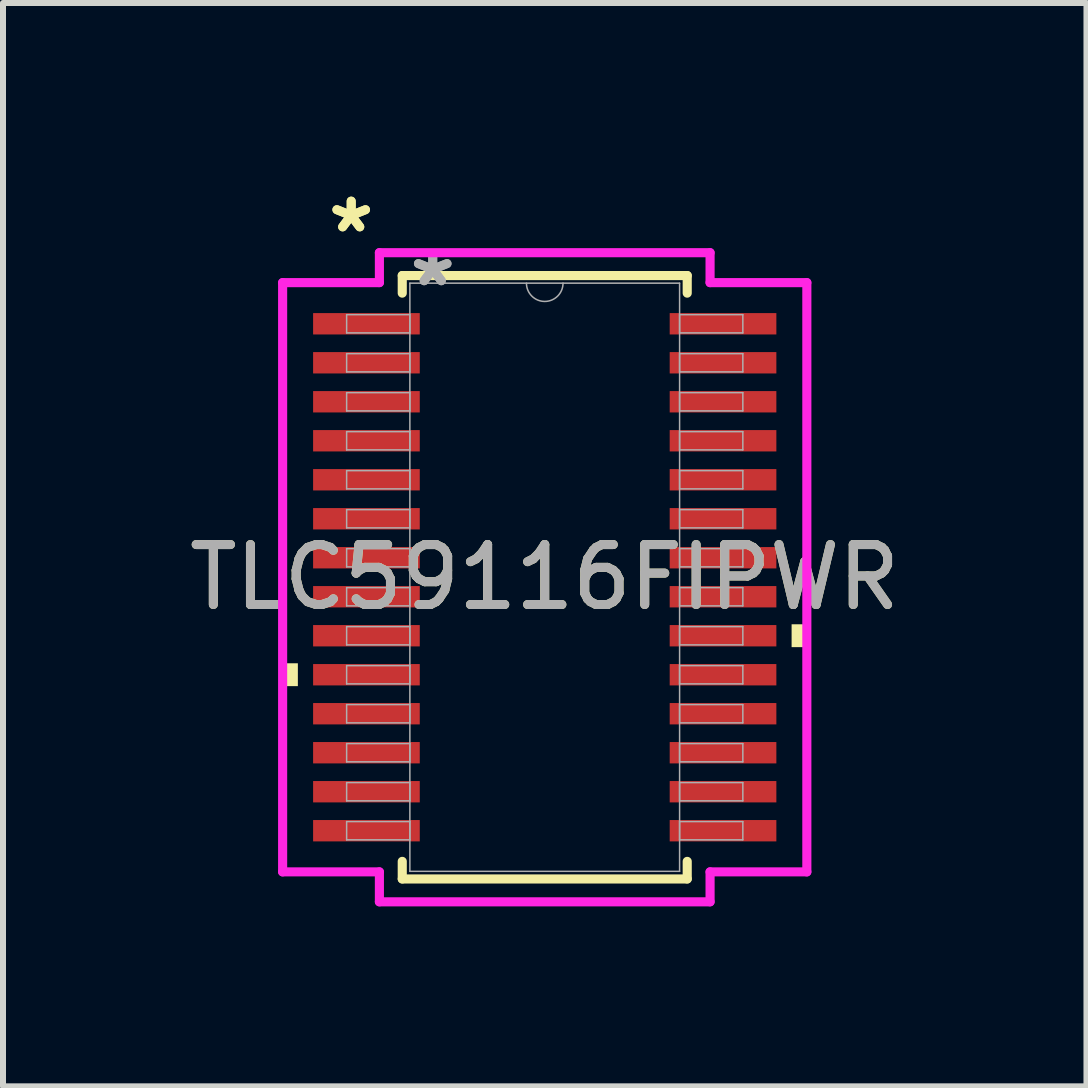
<source format=kicad_pcb>
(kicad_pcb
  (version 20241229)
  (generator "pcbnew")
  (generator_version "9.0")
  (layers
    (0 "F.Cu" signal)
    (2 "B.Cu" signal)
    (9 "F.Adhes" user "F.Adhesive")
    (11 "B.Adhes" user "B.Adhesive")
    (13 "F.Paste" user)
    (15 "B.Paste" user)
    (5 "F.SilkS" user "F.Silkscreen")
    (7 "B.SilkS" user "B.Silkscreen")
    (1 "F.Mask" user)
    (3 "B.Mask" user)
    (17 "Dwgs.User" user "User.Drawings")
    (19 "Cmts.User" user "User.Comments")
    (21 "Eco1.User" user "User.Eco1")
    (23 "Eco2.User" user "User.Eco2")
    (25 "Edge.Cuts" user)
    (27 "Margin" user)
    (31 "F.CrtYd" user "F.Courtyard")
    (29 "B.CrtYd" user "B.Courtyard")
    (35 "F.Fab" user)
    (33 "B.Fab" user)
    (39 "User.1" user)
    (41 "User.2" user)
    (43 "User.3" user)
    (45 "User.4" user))
  (footprint "TLC59116FIPWR"
    (layer "F.Cu")
    (at 6.03 6.572)
    (property "Reference" "TLC59116FIPWR" (at 0 0 0) (unlocked yes) (layer "F.SilkS") (effects (font (size 1 1) (thickness 0.15))))
    (attr smd)
    (fp_line (start -2.375 -5.029) (end -2.375 -4.736) (stroke (width 0.152) (type solid)) (layer "F.SilkS"))
    (fp_line (start -2.375 4.736) (end -2.375 5.029) (stroke (width 0.152) (type solid)) (layer "F.SilkS"))
    (fp_line (start -2.375 5.029) (end 2.375 5.029) (stroke (width 0.152) (type solid)) (layer "F.SilkS"))
    (fp_line (start 2.375 -5.029) (end -2.375 -5.029) (stroke (width 0.152) (type solid)) (layer "F.SilkS"))
    (fp_line (start 2.375 -4.736) (end 2.375 -5.029) (stroke (width 0.152) (type solid)) (layer "F.SilkS"))
    (fp_line (start 2.375 5.029) (end 2.375 4.736) (stroke (width 0.152) (type solid)) (layer "F.SilkS"))
    (fp_poly (pts (xy -4.369 1.434) (xy -4.369 1.815) (xy -4.115 1.815) (xy -4.115 1.434)) (stroke (width 0) (type solid)) (fill yes) (layer "F.SilkS"))
    (fp_poly (pts (xy 4.369 0.784) (xy 4.369 1.165) (xy 4.115 1.165) (xy 4.115 0.784)) (stroke (width 0) (type solid)) (fill yes) (layer "F.SilkS"))
    (fp_line (start -4.369 -4.911) (end -2.756 -4.911) (stroke (width 0.152) (type solid)) (layer "F.CrtYd"))
    (fp_line (start -4.369 4.911) (end -4.369 -4.911) (stroke (width 0.152) (type solid)) (layer "F.CrtYd"))
    (fp_line (start -4.369 4.911) (end -2.756 4.911) (stroke (width 0.152) (type solid)) (layer "F.CrtYd"))
    (fp_line (start -2.756 -5.41) (end 2.756 -5.41) (stroke (width 0.152) (type solid)) (layer "F.CrtYd"))
    (fp_line (start -2.756 -4.911) (end -2.756 -5.41) (stroke (width 0.152) (type solid)) (layer "F.CrtYd"))
    (fp_line (start -2.756 5.41) (end -2.756 4.911) (stroke (width 0.152) (type solid)) (layer "F.CrtYd"))
    (fp_line (start 2.756 -5.41) (end 2.756 -4.911) (stroke (width 0.152) (type solid)) (layer "F.CrtYd"))
    (fp_line (start 2.756 4.911) (end 2.756 5.41) (stroke (width 0.152) (type solid)) (layer "F.CrtYd"))
    (fp_line (start 2.756 5.41) (end -2.756 5.41) (stroke (width 0.152) (type solid)) (layer "F.CrtYd"))
    (fp_line (start 4.369 -4.911) (end 2.756 -4.911) (stroke (width 0.152) (type solid)) (layer "F.CrtYd"))
    (fp_line (start 4.369 -4.911) (end 4.369 4.911) (stroke (width 0.152) (type solid)) (layer "F.CrtYd"))
    (fp_line (start 4.369 4.911) (end 2.756 4.911) (stroke (width 0.152) (type solid)) (layer "F.CrtYd"))
    (fp_line (start -3.302 -4.377) (end -3.302 -4.073) (stroke (width 0.025) (type solid)) (layer "F.Fab"))
    (fp_line (start -3.302 -4.073) (end -2.248 -4.073) (stroke (width 0.025) (type solid)) (layer "F.Fab"))
    (fp_line (start -3.302 -3.727) (end -3.302 -3.423) (stroke (width 0.025) (type solid)) (layer "F.Fab"))
    (fp_line (start -3.302 -3.423) (end -2.248 -3.423) (stroke (width 0.025) (type solid)) (layer "F.Fab"))
    (fp_line (start -3.302 -3.077) (end -3.302 -2.773) (stroke (width 0.025) (type solid)) (layer "F.Fab"))
    (fp_line (start -3.302 -2.773) (end -2.248 -2.773) (stroke (width 0.025) (type solid)) (layer "F.Fab"))
    (fp_line (start -3.302 -2.427) (end -3.302 -2.123) (stroke (width 0.025) (type solid)) (layer "F.Fab"))
    (fp_line (start -3.302 -2.123) (end -2.248 -2.123) (stroke (width 0.025) (type solid)) (layer "F.Fab"))
    (fp_line (start -3.302 -1.777) (end -3.302 -1.473) (stroke (width 0.025) (type solid)) (layer "F.Fab"))
    (fp_line (start -3.302 -1.473) (end -2.248 -1.473) (stroke (width 0.025) (type solid)) (layer "F.Fab"))
    (fp_line (start -3.302 -1.127) (end -3.302 -0.823) (stroke (width 0.025) (type solid)) (layer "F.Fab"))
    (fp_line (start -3.302 -0.823) (end -2.248 -0.823) (stroke (width 0.025) (type solid)) (layer "F.Fab"))
    (fp_line (start -3.302 -0.477) (end -3.302 -0.173) (stroke (width 0.025) (type solid)) (layer "F.Fab"))
    (fp_line (start -3.302 -0.173) (end -2.248 -0.173) (stroke (width 0.025) (type solid)) (layer "F.Fab"))
    (fp_line (start -3.302 0.173) (end -3.302 0.477) (stroke (width 0.025) (type solid)) (layer "F.Fab"))
    (fp_line (start -3.302 0.477) (end -2.248 0.477) (stroke (width 0.025) (type solid)) (layer "F.Fab"))
    (fp_line (start -3.302 0.823) (end -3.302 1.127) (stroke (width 0.025) (type solid)) (layer "F.Fab"))
    (fp_line (start -3.302 1.127) (end -2.248 1.127) (stroke (width 0.025) (type solid)) (layer "F.Fab"))
    (fp_line (start -3.302 1.473) (end -3.302 1.777) (stroke (width 0.025) (type solid)) (layer "F.Fab"))
    (fp_line (start -3.302 1.777) (end -2.248 1.777) (stroke (width 0.025) (type solid)) (layer "F.Fab"))
    (fp_line (start -3.302 2.123) (end -3.302 2.427) (stroke (width 0.025) (type solid)) (layer "F.Fab"))
    (fp_line (start -3.302 2.427) (end -2.248 2.427) (stroke (width 0.025) (type solid)) (layer "F.Fab"))
    (fp_line (start -3.302 2.773) (end -3.302 3.077) (stroke (width 0.025) (type solid)) (layer "F.Fab"))
    (fp_line (start -3.302 3.077) (end -2.248 3.077) (stroke (width 0.025) (type solid)) (layer "F.Fab"))
    (fp_line (start -3.302 3.423) (end -3.302 3.727) (stroke (width 0.025) (type solid)) (layer "F.Fab"))
    (fp_line (start -3.302 3.727) (end -2.248 3.727) (stroke (width 0.025) (type solid)) (layer "F.Fab"))
    (fp_line (start -3.302 4.073) (end -3.302 4.377) (stroke (width 0.025) (type solid)) (layer "F.Fab"))
    (fp_line (start -3.302 4.377) (end -2.248 4.377) (stroke (width 0.025) (type solid)) (layer "F.Fab"))
    (fp_line (start -2.248 -4.902) (end -2.248 4.902) (stroke (width 0.025) (type solid)) (layer "F.Fab"))
    (fp_line (start -2.248 -4.377) (end -3.302 -4.377) (stroke (width 0.025) (type solid)) (layer "F.Fab"))
    (fp_line (start -2.248 -4.073) (end -2.248 -4.377) (stroke (width 0.025) (type solid)) (layer "F.Fab"))
    (fp_line (start -2.248 -3.727) (end -3.302 -3.727) (stroke (width 0.025) (type solid)) (layer "F.Fab"))
    (fp_line (start -2.248 -3.423) (end -2.248 -3.727) (stroke (width 0.025) (type solid)) (layer "F.Fab"))
    (fp_line (start -2.248 -3.077) (end -3.302 -3.077) (stroke (width 0.025) (type solid)) (layer "F.Fab"))
    (fp_line (start -2.248 -2.773) (end -2.248 -3.077) (stroke (width 0.025) (type solid)) (layer "F.Fab"))
    (fp_line (start -2.248 -2.427) (end -3.302 -2.427) (stroke (width 0.025) (type solid)) (layer "F.Fab"))
    (fp_line (start -2.248 -2.123) (end -2.248 -2.427) (stroke (width 0.025) (type solid)) (layer "F.Fab"))
    (fp_line (start -2.248 -1.777) (end -3.302 -1.777) (stroke (width 0.025) (type solid)) (layer "F.Fab"))
    (fp_line (start -2.248 -1.473) (end -2.248 -1.777) (stroke (width 0.025) (type solid)) (layer "F.Fab"))
    (fp_line (start -2.248 -1.127) (end -3.302 -1.127) (stroke (width 0.025) (type solid)) (layer "F.Fab"))
    (fp_line (start -2.248 -0.823) (end -2.248 -1.127) (stroke (width 0.025) (type solid)) (layer "F.Fab"))
    (fp_line (start -2.248 -0.477) (end -3.302 -0.477) (stroke (width 0.025) (type solid)) (layer "F.Fab"))
    (fp_line (start -2.248 -0.173) (end -2.248 -0.477) (stroke (width 0.025) (type solid)) (layer "F.Fab"))
    (fp_line (start -2.248 0.173) (end -3.302 0.173) (stroke (width 0.025) (type solid)) (layer "F.Fab"))
    (fp_line (start -2.248 0.477) (end -2.248 0.173) (stroke (width 0.025) (type solid)) (layer "F.Fab"))
    (fp_line (start -2.248 0.823) (end -3.302 0.823) (stroke (width 0.025) (type solid)) (layer "F.Fab"))
    (fp_line (start -2.248 1.127) (end -2.248 0.823) (stroke (width 0.025) (type solid)) (layer "F.Fab"))
    (fp_line (start -2.248 1.473) (end -3.302 1.473) (stroke (width 0.025) (type solid)) (layer "F.Fab"))
    (fp_line (start -2.248 1.777) (end -2.248 1.473) (stroke (width 0.025) (type solid)) (layer "F.Fab"))
    (fp_line (start -2.248 2.123) (end -3.302 2.123) (stroke (width 0.025) (type solid)) (layer "F.Fab"))
    (fp_line (start -2.248 2.427) (end -2.248 2.123) (stroke (width 0.025) (type solid)) (layer "F.Fab"))
    (fp_line (start -2.248 2.773) (end -3.302 2.773) (stroke (width 0.025) (type solid)) (layer "F.Fab"))
    (fp_line (start -2.248 3.077) (end -2.248 2.773) (stroke (width 0.025) (type solid)) (layer "F.Fab"))
    (fp_line (start -2.248 3.423) (end -3.302 3.423) (stroke (width 0.025) (type solid)) (layer "F.Fab"))
    (fp_line (start -2.248 3.727) (end -2.248 3.423) (stroke (width 0.025) (type solid)) (layer "F.Fab"))
    (fp_line (start -2.248 4.073) (end -3.302 4.073) (stroke (width 0.025) (type solid)) (layer "F.Fab"))
    (fp_line (start -2.248 4.377) (end -2.248 4.073) (stroke (width 0.025) (type solid)) (layer "F.Fab"))
    (fp_line (start -2.248 4.902) (end 2.248 4.902) (stroke (width 0.025) (type solid)) (layer "F.Fab"))
    (fp_line (start 2.248 -4.902) (end -2.248 -4.902) (stroke (width 0.025) (type solid)) (layer "F.Fab"))
    (fp_line (start 2.248 -4.377) (end 2.248 -4.073) (stroke (width 0.025) (type solid)) (layer "F.Fab"))
    (fp_line (start 2.248 -4.073) (end 3.302 -4.073) (stroke (width 0.025) (type solid)) (layer "F.Fab"))
    (fp_line (start 2.248 -3.727) (end 2.248 -3.423) (stroke (width 0.025) (type solid)) (layer "F.Fab"))
    (fp_line (start 2.248 -3.423) (end 3.302 -3.423) (stroke (width 0.025) (type solid)) (layer "F.Fab"))
    (fp_line (start 2.248 -3.077) (end 2.248 -2.773) (stroke (width 0.025) (type solid)) (layer "F.Fab"))
    (fp_line (start 2.248 -2.773) (end 3.302 -2.773) (stroke (width 0.025) (type solid)) (layer "F.Fab"))
    (fp_line (start 2.248 -2.427) (end 2.248 -2.123) (stroke (width 0.025) (type solid)) (layer "F.Fab"))
    (fp_line (start 2.248 -2.123) (end 3.302 -2.123) (stroke (width 0.025) (type solid)) (layer "F.Fab"))
    (fp_line (start 2.248 -1.777) (end 2.248 -1.473) (stroke (width 0.025) (type solid)) (layer "F.Fab"))
    (fp_line (start 2.248 -1.473) (end 3.302 -1.473) (stroke (width 0.025) (type solid)) (layer "F.Fab"))
    (fp_line (start 2.248 -1.127) (end 2.248 -0.823) (stroke (width 0.025) (type solid)) (layer "F.Fab"))
    (fp_line (start 2.248 -0.823) (end 3.302 -0.823) (stroke (width 0.025) (type solid)) (layer "F.Fab"))
    (fp_line (start 2.248 -0.477) (end 2.248 -0.173) (stroke (width 0.025) (type solid)) (layer "F.Fab"))
    (fp_line (start 2.248 -0.173) (end 3.302 -0.173) (stroke (width 0.025) (type solid)) (layer "F.Fab"))
    (fp_line (start 2.248 0.173) (end 2.248 0.477) (stroke (width 0.025) (type solid)) (layer "F.Fab"))
    (fp_line (start 2.248 0.477) (end 3.302 0.477) (stroke (width 0.025) (type solid)) (layer "F.Fab"))
    (fp_line (start 2.248 0.823) (end 2.248 1.127) (stroke (width 0.025) (type solid)) (layer "F.Fab"))
    (fp_line (start 2.248 1.127) (end 3.302 1.127) (stroke (width 0.025) (type solid)) (layer "F.Fab"))
    (fp_line (start 2.248 1.473) (end 2.248 1.777) (stroke (width 0.025) (type solid)) (layer "F.Fab"))
    (fp_line (start 2.248 1.777) (end 3.302 1.777) (stroke (width 0.025) (type solid)) (layer "F.Fab"))
    (fp_line (start 2.248 2.123) (end 2.248 2.427) (stroke (width 0.025) (type solid)) (layer "F.Fab"))
    (fp_line (start 2.248 2.427) (end 3.302 2.427) (stroke (width 0.025) (type solid)) (layer "F.Fab"))
    (fp_line (start 2.248 2.773) (end 2.248 3.077) (stroke (width 0.025) (type solid)) (layer "F.Fab"))
    (fp_line (start 2.248 3.077) (end 3.302 3.077) (stroke (width 0.025) (type solid)) (layer "F.Fab"))
    (fp_line (start 2.248 3.423) (end 2.248 3.727) (stroke (width 0.025) (type solid)) (layer "F.Fab"))
    (fp_line (start 2.248 3.727) (end 3.302 3.727) (stroke (width 0.025) (type solid)) (layer "F.Fab"))
    (fp_line (start 2.248 4.073) (end 2.248 4.377) (stroke (width 0.025) (type solid)) (layer "F.Fab"))
    (fp_line (start 2.248 4.377) (end 3.302 4.377) (stroke (width 0.025) (type solid)) (layer "F.Fab"))
    (fp_line (start 2.248 4.902) (end 2.248 -4.902) (stroke (width 0.025) (type solid)) (layer "F.Fab"))
    (fp_line (start 3.302 -4.377) (end 2.248 -4.377) (stroke (width 0.025) (type solid)) (layer "F.Fab"))
    (fp_line (start 3.302 -4.073) (end 3.302 -4.377) (stroke (width 0.025) (type solid)) (layer "F.Fab"))
    (fp_line (start 3.302 -3.727) (end 2.248 -3.727) (stroke (width 0.025) (type solid)) (layer "F.Fab"))
    (fp_line (start 3.302 -3.423) (end 3.302 -3.727) (stroke (width 0.025) (type solid)) (layer "F.Fab"))
    (fp_line (start 3.302 -3.077) (end 2.248 -3.077) (stroke (width 0.025) (type solid)) (layer "F.Fab"))
    (fp_line (start 3.302 -2.773) (end 3.302 -3.077) (stroke (width 0.025) (type solid)) (layer "F.Fab"))
    (fp_line (start 3.302 -2.427) (end 2.248 -2.427) (stroke (width 0.025) (type solid)) (layer "F.Fab"))
    (fp_line (start 3.302 -2.123) (end 3.302 -2.427) (stroke (width 0.025) (type solid)) (layer "F.Fab"))
    (fp_line (start 3.302 -1.777) (end 2.248 -1.777) (stroke (width 0.025) (type solid)) (layer "F.Fab"))
    (fp_line (start 3.302 -1.473) (end 3.302 -1.777) (stroke (width 0.025) (type solid)) (layer "F.Fab"))
    (fp_line (start 3.302 -1.127) (end 2.248 -1.127) (stroke (width 0.025) (type solid)) (layer "F.Fab"))
    (fp_line (start 3.302 -0.823) (end 3.302 -1.127) (stroke (width 0.025) (type solid)) (layer "F.Fab"))
    (fp_line (start 3.302 -0.477) (end 2.248 -0.477) (stroke (width 0.025) (type solid)) (layer "F.Fab"))
    (fp_line (start 3.302 -0.173) (end 3.302 -0.477) (stroke (width 0.025) (type solid)) (layer "F.Fab"))
    (fp_line (start 3.302 0.173) (end 2.248 0.173) (stroke (width 0.025) (type solid)) (layer "F.Fab"))
    (fp_line (start 3.302 0.477) (end 3.302 0.173) (stroke (width 0.025) (type solid)) (layer "F.Fab"))
    (fp_line (start 3.302 0.823) (end 2.248 0.823) (stroke (width 0.025) (type solid)) (layer "F.Fab"))
    (fp_line (start 3.302 1.127) (end 3.302 0.823) (stroke (width 0.025) (type solid)) (layer "F.Fab"))
    (fp_line (start 3.302 1.473) (end 2.248 1.473) (stroke (width 0.025) (type solid)) (layer "F.Fab"))
    (fp_line (start 3.302 1.777) (end 3.302 1.473) (stroke (width 0.025) (type solid)) (layer "F.Fab"))
    (fp_line (start 3.302 2.123) (end 2.248 2.123) (stroke (width 0.025) (type solid)) (layer "F.Fab"))
    (fp_line (start 3.302 2.427) (end 3.302 2.123) (stroke (width 0.025) (type solid)) (layer "F.Fab"))
    (fp_line (start 3.302 2.773) (end 2.248 2.773) (stroke (width 0.025) (type solid)) (layer "F.Fab"))
    (fp_line (start 3.302 3.077) (end 3.302 2.773) (stroke (width 0.025) (type solid)) (layer "F.Fab"))
    (fp_line (start 3.302 3.423) (end 2.248 3.423) (stroke (width 0.025) (type solid)) (layer "F.Fab"))
    (fp_line (start 3.302 3.727) (end 3.302 3.423) (stroke (width 0.025) (type solid)) (layer "F.Fab"))
    (fp_line (start 3.302 4.073) (end 2.248 4.073) (stroke (width 0.025) (type solid)) (layer "F.Fab"))
    (fp_line (start 3.302 4.377) (end 3.302 4.073) (stroke (width 0.025) (type solid)) (layer "F.Fab"))
    (fp_arc (start 0.3048 -4.9022) (mid 0 -4.5974) (end -0.3048 -4.9022) (stroke (width 0.0254) (type solid)) (layer "F.Fab"))
    (fp_text user "*" (at -3.226 -5.724 0) (unlocked yes) (layer "F.SilkS") (effects (font (size 1 1) (thickness 0.15))))
    (fp_text user "*" (at -3.226 -5.724 0) (layer "F.SilkS") (effects (font (size 1 1) (thickness 0.15))))
    (fp_text user "${REFERENCE}" (at 0 0 0) (unlocked yes) (layer "F.Fab") (effects (font (size 1 1) (thickness 0.15))))
    (fp_text user "*" (at -1.867 -4.826 0) (layer "F.Fab") (effects (font (size 1 1) (thickness 0.15))))
    (fp_text user "*" (at -1.867 -4.826 0) (unlocked yes) (layer "F.Fab") (effects (font (size 1 1) (thickness 0.15))))
    (pad "1" smd rect (at -2.972 -4.225) (size 1.778 0.356) (layers "F.Cu" "F.Mask" "F.Paste"))
    (pad "2" smd rect (at -2.972 -3.575) (size 1.778 0.356) (layers "F.Cu" "F.Mask" "F.Paste"))
    (pad "3" smd rect (at -2.972 -2.925) (size 1.778 0.356) (layers "F.Cu" "F.Mask" "F.Paste"))
    (pad "4" smd rect (at -2.972 -2.275) (size 1.778 0.356) (layers "F.Cu" "F.Mask" "F.Paste"))
    (pad "5" smd rect (at -2.972 -1.625) (size 1.778 0.356) (layers "F.Cu" "F.Mask" "F.Paste"))
    (pad "6" smd rect (at -2.972 -0.975) (size 1.778 0.356) (layers "F.Cu" "F.Mask" "F.Paste"))
    (pad "7" smd rect (at -2.972 -0.325) (size 1.778 0.356) (layers "F.Cu" "F.Mask" "F.Paste"))
    (pad "8" smd rect (at -2.972 0.325) (size 1.778 0.356) (layers "F.Cu" "F.Mask" "F.Paste"))
    (pad "9" smd rect (at -2.972 0.975) (size 1.778 0.356) (layers "F.Cu" "F.Mask" "F.Paste"))
    (pad "10" smd rect (at -2.972 1.625) (size 1.778 0.356) (layers "F.Cu" "F.Mask" "F.Paste"))
    (pad "11" smd rect (at -2.972 2.275) (size 1.778 0.356) (layers "F.Cu" "F.Mask" "F.Paste"))
    (pad "12" smd rect (at -2.972 2.925) (size 1.778 0.356) (layers "F.Cu" "F.Mask" "F.Paste"))
    (pad "13" smd rect (at -2.972 3.575) (size 1.778 0.356) (layers "F.Cu" "F.Mask" "F.Paste"))
    (pad "14" smd rect (at -2.972 4.225) (size 1.778 0.356) (layers "F.Cu" "F.Mask" "F.Paste"))
    (pad "15" smd rect (at 2.972 4.225) (size 1.778 0.356) (layers "F.Cu" "F.Mask" "F.Paste"))
    (pad "16" smd rect (at 2.972 3.575) (size 1.778 0.356) (layers "F.Cu" "F.Mask" "F.Paste"))
    (pad "17" smd rect (at 2.972 2.925) (size 1.778 0.356) (layers "F.Cu" "F.Mask" "F.Paste"))
    (pad "18" smd rect (at 2.972 2.275) (size 1.778 0.356) (layers "F.Cu" "F.Mask" "F.Paste"))
    (pad "19" smd rect (at 2.972 1.625) (size 1.778 0.356) (layers "F.Cu" "F.Mask" "F.Paste"))
    (pad "20" smd rect (at 2.972 0.975) (size 1.778 0.356) (layers "F.Cu" "F.Mask" "F.Paste"))
    (pad "21" smd rect (at 2.972 0.325) (size 1.778 0.356) (layers "F.Cu" "F.Mask" "F.Paste"))
    (pad "22" smd rect (at 2.972 -0.325) (size 1.778 0.356) (layers "F.Cu" "F.Mask" "F.Paste"))
    (pad "23" smd rect (at 2.972 -0.975) (size 1.778 0.356) (layers "F.Cu" "F.Mask" "F.Paste"))
    (pad "24" smd rect (at 2.972 -1.625) (size 1.778 0.356) (layers "F.Cu" "F.Mask" "F.Paste"))
    (pad "25" smd rect (at 2.972 -2.275) (size 1.778 0.356) (layers "F.Cu" "F.Mask" "F.Paste"))
    (pad "26" smd rect (at 2.972 -2.925) (size 1.778 0.356) (layers "F.Cu" "F.Mask" "F.Paste"))
    (pad "27" smd rect (at 2.972 -3.575) (size 1.778 0.356) (layers "F.Cu" "F.Mask" "F.Paste"))
    (pad "28" smd rect (at 2.972 -4.225) (size 1.778 0.356) (layers "F.Cu" "F.Mask" "F.Paste")))
  (gr_rect
    (start -3 -3)
    (end 15.06 15.058)
    (stroke (width 0.1) (type default))
    (fill no)
    (layer "Edge.Cuts")))
</source>
